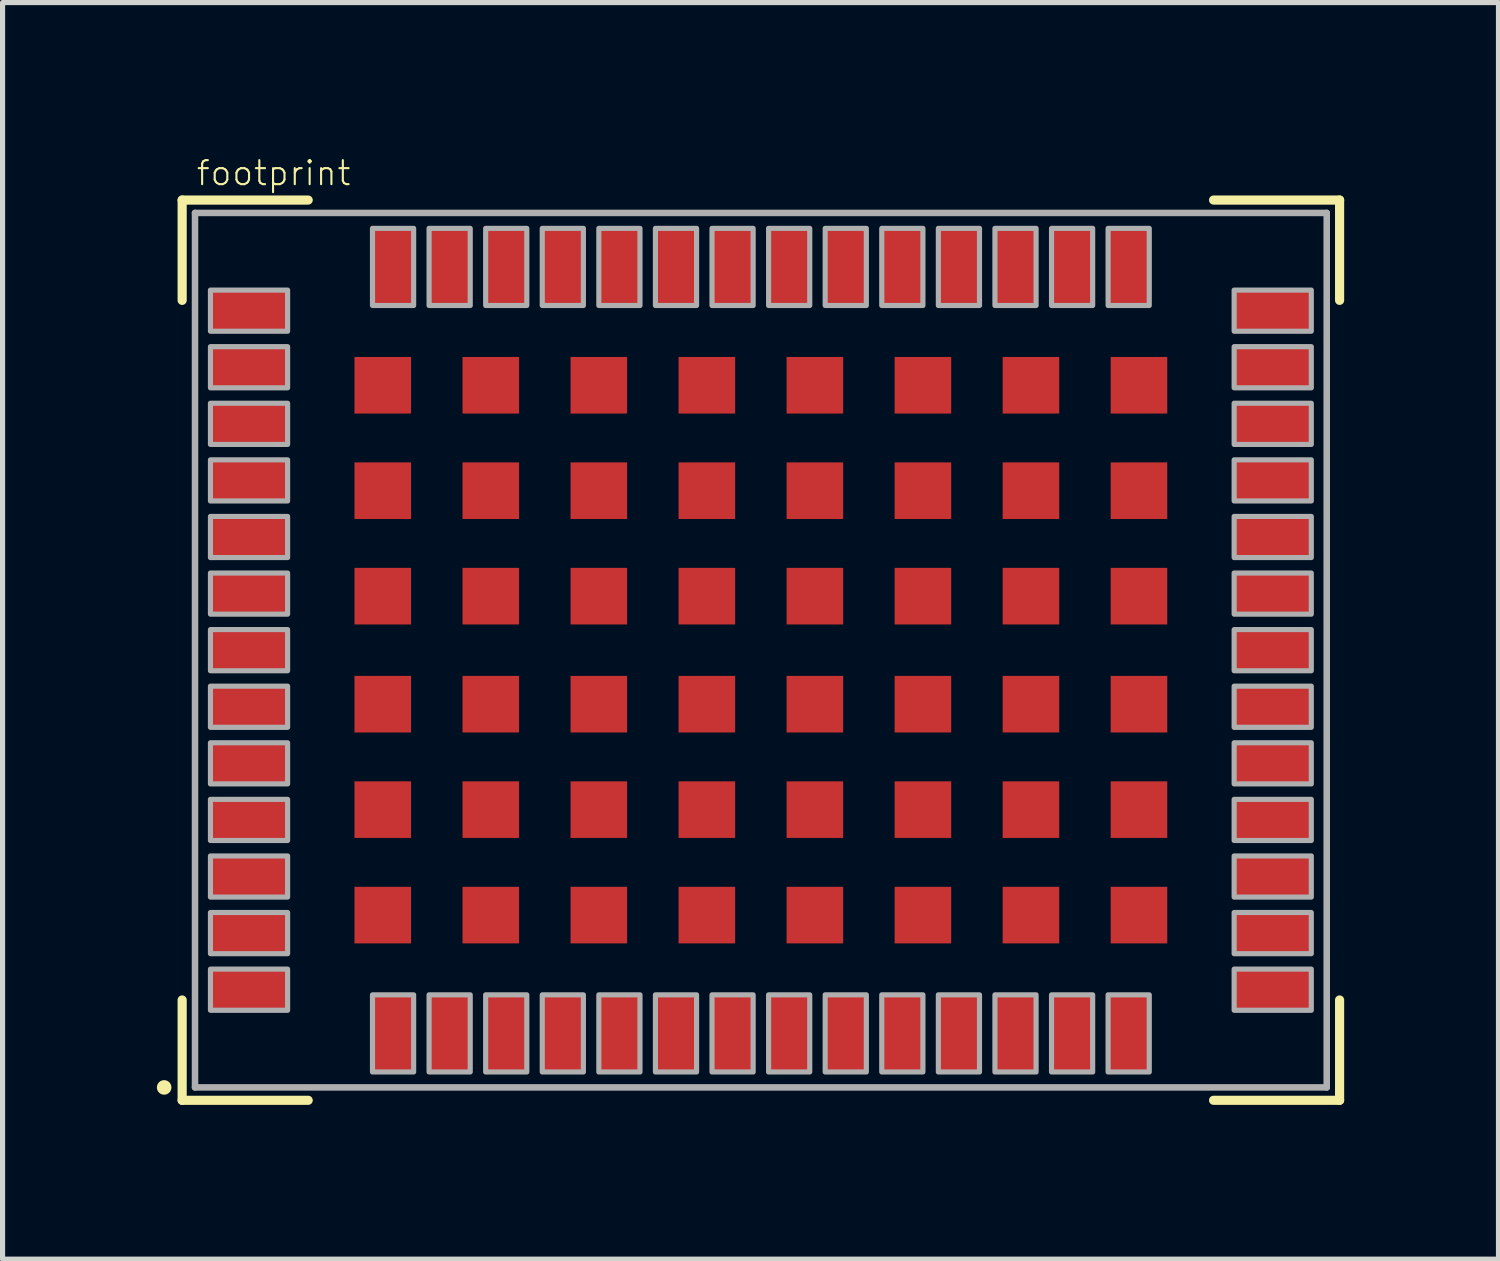
<source format=kicad_pcb>
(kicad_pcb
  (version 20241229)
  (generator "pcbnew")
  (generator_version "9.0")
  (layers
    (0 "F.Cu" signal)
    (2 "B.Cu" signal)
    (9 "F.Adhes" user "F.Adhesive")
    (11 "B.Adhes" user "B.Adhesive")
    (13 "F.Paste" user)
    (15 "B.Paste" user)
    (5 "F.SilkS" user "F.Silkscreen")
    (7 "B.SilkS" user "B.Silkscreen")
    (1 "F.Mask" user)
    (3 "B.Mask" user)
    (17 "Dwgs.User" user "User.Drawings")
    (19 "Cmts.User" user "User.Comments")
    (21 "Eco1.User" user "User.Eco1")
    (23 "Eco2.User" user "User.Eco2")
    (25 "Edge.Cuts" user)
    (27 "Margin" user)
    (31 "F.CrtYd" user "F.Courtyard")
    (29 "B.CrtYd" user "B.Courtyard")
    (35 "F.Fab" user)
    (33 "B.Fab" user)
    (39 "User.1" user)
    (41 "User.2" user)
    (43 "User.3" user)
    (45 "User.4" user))
  (footprint "footprint"
    (layer "F.Cu")
    (at 11.741 9.589)
    (property "Reference" "footprint" (at -11 -9 0) (layer "F.SilkS") (effects (font (size 0.467 0.467) (thickness 0.041)) (justify left bottom)))
    (fp_line (start -11.25 -8.75) (end -8.8 -8.75) (stroke (width 0.178) (type solid)) (layer "F.SilkS"))
    (fp_line (start -11.25 -6.8) (end -11.25 -8.75) (stroke (width 0.178) (type solid)) (layer "F.SilkS"))
    (fp_line (start -11.25 8.75) (end -11.25 6.8) (stroke (width 0.178) (type solid)) (layer "F.SilkS"))
    (fp_line (start -8.8 8.75) (end -11.25 8.75) (stroke (width 0.178) (type solid)) (layer "F.SilkS"))
    (fp_line (start 8.8 -8.75) (end 11.25 -8.75) (stroke (width 0.178) (type solid)) (layer "F.SilkS"))
    (fp_line (start 11.25 -8.75) (end 11.25 -6.8) (stroke (width 0.178) (type solid)) (layer "F.SilkS"))
    (fp_line (start 11.25 6.8) (end 11.25 8.75) (stroke (width 0.178) (type solid)) (layer "F.SilkS"))
    (fp_line (start 11.25 8.75) (end 8.8 8.75) (stroke (width 0.178) (type solid)) (layer "F.SilkS"))
    (fp_circle (center -11.6 8.5) (end -11.529 8.5) (stroke (width 0.141) (type solid)) (fill yes) (layer "F.SilkS"))
    (fp_poly (pts (xy -7.8 -4.7) (xy -6.9 -4.7) (xy -6.9 -5.6) (xy -7.8 -5.6)) (stroke (width 0) (type solid)) (fill yes) (layer "F.Paste"))
    (fp_poly (pts (xy -7.8 -2.65) (xy -6.9 -2.65) (xy -6.9 -3.55) (xy -7.8 -3.55)) (stroke (width 0) (type solid)) (fill yes) (layer "F.Paste"))
    (fp_poly (pts (xy -7.8 -0.6) (xy -6.9 -0.6) (xy -6.9 -1.5) (xy -7.8 -1.5)) (stroke (width 0) (type solid)) (fill yes) (layer "F.Paste"))
    (fp_poly (pts (xy -7.8 1.5) (xy -6.9 1.5) (xy -6.9 0.6) (xy -7.8 0.6)) (stroke (width 0) (type solid)) (fill yes) (layer "F.Paste"))
    (fp_poly (pts (xy -7.8 3.55) (xy -6.9 3.55) (xy -6.9 2.65) (xy -7.8 2.65)) (stroke (width 0) (type solid)) (fill yes) (layer "F.Paste"))
    (fp_poly (pts (xy -7.8 5.6) (xy -6.9 5.6) (xy -6.9 4.7) (xy -7.8 4.7)) (stroke (width 0) (type solid)) (fill yes) (layer "F.Paste"))
    (fp_poly (pts (xy -5.7 -4.7) (xy -4.8 -4.7) (xy -4.8 -5.6) (xy -5.7 -5.6)) (stroke (width 0) (type solid)) (fill yes) (layer "F.Paste"))
    (fp_poly (pts (xy -5.7 -2.65) (xy -4.8 -2.65) (xy -4.8 -3.55) (xy -5.7 -3.55)) (stroke (width 0) (type solid)) (fill yes) (layer "F.Paste"))
    (fp_poly (pts (xy -5.7 -0.6) (xy -4.8 -0.6) (xy -4.8 -1.5) (xy -5.7 -1.5)) (stroke (width 0) (type solid)) (fill yes) (layer "F.Paste"))
    (fp_poly (pts (xy -5.7 1.5) (xy -4.8 1.5) (xy -4.8 0.6) (xy -5.7 0.6)) (stroke (width 0) (type solid)) (fill yes) (layer "F.Paste"))
    (fp_poly (pts (xy -5.7 3.55) (xy -4.8 3.55) (xy -4.8 2.65) (xy -5.7 2.65)) (stroke (width 0) (type solid)) (fill yes) (layer "F.Paste"))
    (fp_poly (pts (xy -5.7 5.6) (xy -4.8 5.6) (xy -4.8 4.7) (xy -5.7 4.7)) (stroke (width 0) (type solid)) (fill yes) (layer "F.Paste"))
    (fp_poly (pts (xy -3.6 -4.7) (xy -2.7 -4.7) (xy -2.7 -5.6) (xy -3.6 -5.6)) (stroke (width 0) (type solid)) (fill yes) (layer "F.Paste"))
    (fp_poly (pts (xy -3.6 -2.65) (xy -2.7 -2.65) (xy -2.7 -3.55) (xy -3.6 -3.55)) (stroke (width 0) (type solid)) (fill yes) (layer "F.Paste"))
    (fp_poly (pts (xy -3.6 -0.6) (xy -2.7 -0.6) (xy -2.7 -1.5) (xy -3.6 -1.5)) (stroke (width 0) (type solid)) (fill yes) (layer "F.Paste"))
    (fp_poly (pts (xy -3.6 1.5) (xy -2.7 1.5) (xy -2.7 0.6) (xy -3.6 0.6)) (stroke (width 0) (type solid)) (fill yes) (layer "F.Paste"))
    (fp_poly (pts (xy -3.6 3.55) (xy -2.7 3.55) (xy -2.7 2.65) (xy -3.6 2.65)) (stroke (width 0) (type solid)) (fill yes) (layer "F.Paste"))
    (fp_poly (pts (xy -3.6 5.6) (xy -2.7 5.6) (xy -2.7 4.7) (xy -3.6 4.7)) (stroke (width 0) (type solid)) (fill yes) (layer "F.Paste"))
    (fp_poly (pts (xy -1.5 -4.7) (xy -0.6 -4.7) (xy -0.6 -5.6) (xy -1.5 -5.6)) (stroke (width 0) (type solid)) (fill yes) (layer "F.Paste"))
    (fp_poly (pts (xy -1.5 -2.65) (xy -0.6 -2.65) (xy -0.6 -3.55) (xy -1.5 -3.55)) (stroke (width 0) (type solid)) (fill yes) (layer "F.Paste"))
    (fp_poly (pts (xy -1.5 -0.6) (xy -0.6 -0.6) (xy -0.6 -1.5) (xy -1.5 -1.5)) (stroke (width 0) (type solid)) (fill yes) (layer "F.Paste"))
    (fp_poly (pts (xy -1.5 1.5) (xy -0.6 1.5) (xy -0.6 0.6) (xy -1.5 0.6)) (stroke (width 0) (type solid)) (fill yes) (layer "F.Paste"))
    (fp_poly (pts (xy -1.5 3.55) (xy -0.6 3.55) (xy -0.6 2.65) (xy -1.5 2.65)) (stroke (width 0) (type solid)) (fill yes) (layer "F.Paste"))
    (fp_poly (pts (xy -1.5 5.6) (xy -0.6 5.6) (xy -0.6 4.7) (xy -1.5 4.7)) (stroke (width 0) (type solid)) (fill yes) (layer "F.Paste"))
    (fp_poly (pts (xy 0.6 -4.7) (xy 1.5 -4.7) (xy 1.5 -5.6) (xy 0.6 -5.6)) (stroke (width 0) (type solid)) (fill yes) (layer "F.Paste"))
    (fp_poly (pts (xy 0.6 -2.65) (xy 1.5 -2.65) (xy 1.5 -3.55) (xy 0.6 -3.55)) (stroke (width 0) (type solid)) (fill yes) (layer "F.Paste"))
    (fp_poly (pts (xy 0.6 -0.6) (xy 1.5 -0.6) (xy 1.5 -1.5) (xy 0.6 -1.5)) (stroke (width 0) (type solid)) (fill yes) (layer "F.Paste"))
    (fp_poly (pts (xy 0.6 1.5) (xy 1.5 1.5) (xy 1.5 0.6) (xy 0.6 0.6)) (stroke (width 0) (type solid)) (fill yes) (layer "F.Paste"))
    (fp_poly (pts (xy 0.6 3.55) (xy 1.5 3.55) (xy 1.5 2.65) (xy 0.6 2.65)) (stroke (width 0) (type solid)) (fill yes) (layer "F.Paste"))
    (fp_poly (pts (xy 0.6 5.6) (xy 1.5 5.6) (xy 1.5 4.7) (xy 0.6 4.7)) (stroke (width 0) (type solid)) (fill yes) (layer "F.Paste"))
    (fp_poly (pts (xy 2.7 -4.7) (xy 3.6 -4.7) (xy 3.6 -5.6) (xy 2.7 -5.6)) (stroke (width 0) (type solid)) (fill yes) (layer "F.Paste"))
    (fp_poly (pts (xy 2.7 -2.65) (xy 3.6 -2.65) (xy 3.6 -3.55) (xy 2.7 -3.55)) (stroke (width 0) (type solid)) (fill yes) (layer "F.Paste"))
    (fp_poly (pts (xy 2.7 -0.6) (xy 3.6 -0.6) (xy 3.6 -1.5) (xy 2.7 -1.5)) (stroke (width 0) (type solid)) (fill yes) (layer "F.Paste"))
    (fp_poly (pts (xy 2.7 1.5) (xy 3.6 1.5) (xy 3.6 0.6) (xy 2.7 0.6)) (stroke (width 0) (type solid)) (fill yes) (layer "F.Paste"))
    (fp_poly (pts (xy 2.7 3.55) (xy 3.6 3.55) (xy 3.6 2.65) (xy 2.7 2.65)) (stroke (width 0) (type solid)) (fill yes) (layer "F.Paste"))
    (fp_poly (pts (xy 2.7 5.6) (xy 3.6 5.6) (xy 3.6 4.7) (xy 2.7 4.7)) (stroke (width 0) (type solid)) (fill yes) (layer "F.Paste"))
    (fp_poly (pts (xy 4.8 -4.7) (xy 5.7 -4.7) (xy 5.7 -5.6) (xy 4.8 -5.6)) (stroke (width 0) (type solid)) (fill yes) (layer "F.Paste"))
    (fp_poly (pts (xy 4.8 -2.65) (xy 5.7 -2.65) (xy 5.7 -3.55) (xy 4.8 -3.55)) (stroke (width 0) (type solid)) (fill yes) (layer "F.Paste"))
    (fp_poly (pts (xy 4.8 -0.6) (xy 5.7 -0.6) (xy 5.7 -1.5) (xy 4.8 -1.5)) (stroke (width 0) (type solid)) (fill yes) (layer "F.Paste"))
    (fp_poly (pts (xy 4.8 1.5) (xy 5.7 1.5) (xy 5.7 0.6) (xy 4.8 0.6)) (stroke (width 0) (type solid)) (fill yes) (layer "F.Paste"))
    (fp_poly (pts (xy 4.8 3.55) (xy 5.7 3.55) (xy 5.7 2.65) (xy 4.8 2.65)) (stroke (width 0) (type solid)) (fill yes) (layer "F.Paste"))
    (fp_poly (pts (xy 4.8 5.6) (xy 5.7 5.6) (xy 5.7 4.7) (xy 4.8 4.7)) (stroke (width 0) (type solid)) (fill yes) (layer "F.Paste"))
    (fp_poly (pts (xy 6.9 -4.7) (xy 7.8 -4.7) (xy 7.8 -5.6) (xy 6.9 -5.6)) (stroke (width 0) (type solid)) (fill yes) (layer "F.Paste"))
    (fp_poly (pts (xy 6.9 -2.65) (xy 7.8 -2.65) (xy 7.8 -3.55) (xy 6.9 -3.55)) (stroke (width 0) (type solid)) (fill yes) (layer "F.Paste"))
    (fp_poly (pts (xy 6.9 -0.6) (xy 7.8 -0.6) (xy 7.8 -1.5) (xy 6.9 -1.5)) (stroke (width 0) (type solid)) (fill yes) (layer "F.Paste"))
    (fp_poly (pts (xy 6.9 1.5) (xy 7.8 1.5) (xy 7.8 0.6) (xy 6.9 0.6)) (stroke (width 0) (type solid)) (fill yes) (layer "F.Paste"))
    (fp_poly (pts (xy 6.9 3.55) (xy 7.8 3.55) (xy 7.8 2.65) (xy 6.9 2.65)) (stroke (width 0) (type solid)) (fill yes) (layer "F.Paste"))
    (fp_poly (pts (xy 6.9 5.6) (xy 7.8 5.6) (xy 7.8 4.7) (xy 6.9 4.7)) (stroke (width 0) (type solid)) (fill yes) (layer "F.Paste"))
    (fp_line (start -11 -8.5) (end 11 -8.5) (stroke (width 0.127) (type solid)) (layer "F.Fab"))
    (fp_line (start -11 8.5) (end -11 -8.5) (stroke (width 0.127) (type solid)) (layer "F.Fab"))
    (fp_line (start 11 -8.5) (end 11 8.5) (stroke (width 0.127) (type solid)) (layer "F.Fab"))
    (fp_line (start 11 8.5) (end -11 8.5) (stroke (width 0.127) (type solid)) (layer "F.Fab"))
    (fp_poly (pts (xy -10.7 -6.2) (xy -9.2 -6.2) (xy -9.2 -7) (xy -10.7 -7)) (stroke (width 0.1) (type solid)) (fill no) (layer "F.Fab"))
    (fp_poly (pts (xy -10.7 -5.1) (xy -9.2 -5.1) (xy -9.2 -5.9) (xy -10.7 -5.9)) (stroke (width 0.1) (type solid)) (fill no) (layer "F.Fab"))
    (fp_poly (pts (xy -10.7 -4) (xy -9.2 -4) (xy -9.2 -4.8) (xy -10.7 -4.8)) (stroke (width 0.1) (type solid)) (fill no) (layer "F.Fab"))
    (fp_poly (pts (xy -10.7 -2.9) (xy -9.2 -2.9) (xy -9.2 -3.7) (xy -10.7 -3.7)) (stroke (width 0.1) (type solid)) (fill no) (layer "F.Fab"))
    (fp_poly (pts (xy -10.7 -1.8) (xy -9.2 -1.8) (xy -9.2 -2.6) (xy -10.7 -2.6)) (stroke (width 0.1) (type solid)) (fill no) (layer "F.Fab"))
    (fp_poly (pts (xy -10.7 -0.7) (xy -9.2 -0.7) (xy -9.2 -1.5) (xy -10.7 -1.5)) (stroke (width 0.1) (type solid)) (fill no) (layer "F.Fab"))
    (fp_poly (pts (xy -10.7 0.4) (xy -9.2 0.4) (xy -9.2 -0.4) (xy -10.7 -0.4)) (stroke (width 0.1) (type solid)) (fill no) (layer "F.Fab"))
    (fp_poly (pts (xy -10.7 1.5) (xy -9.2 1.5) (xy -9.2 0.7) (xy -10.7 0.7)) (stroke (width 0.1) (type solid)) (fill no) (layer "F.Fab"))
    (fp_poly (pts (xy -10.7 2.6) (xy -9.2 2.6) (xy -9.2 1.8) (xy -10.7 1.8)) (stroke (width 0.1) (type solid)) (fill no) (layer "F.Fab"))
    (fp_poly (pts (xy -10.7 3.7) (xy -9.2 3.7) (xy -9.2 2.9) (xy -10.7 2.9)) (stroke (width 0.1) (type solid)) (fill no) (layer "F.Fab"))
    (fp_poly (pts (xy -10.7 4.8) (xy -9.2 4.8) (xy -9.2 4) (xy -10.7 4)) (stroke (width 0.1) (type solid)) (fill no) (layer "F.Fab"))
    (fp_poly (pts (xy -10.7 5.9) (xy -9.2 5.9) (xy -9.2 5.1) (xy -10.7 5.1)) (stroke (width 0.1) (type solid)) (fill no) (layer "F.Fab"))
    (fp_poly (pts (xy -10.7 7) (xy -9.2 7) (xy -9.2 6.2) (xy -10.7 6.2)) (stroke (width 0.1) (type solid)) (fill no) (layer "F.Fab"))
    (fp_poly (pts (xy -7.55 -6.7) (xy -6.75 -6.7) (xy -6.75 -8.2) (xy -7.55 -8.2)) (stroke (width 0.1) (type solid)) (fill no) (layer "F.Fab"))
    (fp_poly (pts (xy -7.55 8.2) (xy -6.75 8.2) (xy -6.75 6.7) (xy -7.55 6.7)) (stroke (width 0.1) (type solid)) (fill no) (layer "F.Fab"))
    (fp_poly (pts (xy -6.45 -6.7) (xy -5.65 -6.7) (xy -5.65 -8.2) (xy -6.45 -8.2)) (stroke (width 0.1) (type solid)) (fill no) (layer "F.Fab"))
    (fp_poly (pts (xy -6.45 8.2) (xy -5.65 8.2) (xy -5.65 6.7) (xy -6.45 6.7)) (stroke (width 0.1) (type solid)) (fill no) (layer "F.Fab"))
    (fp_poly (pts (xy -5.35 -6.7) (xy -4.55 -6.7) (xy -4.55 -8.2) (xy -5.35 -8.2)) (stroke (width 0.1) (type solid)) (fill no) (layer "F.Fab"))
    (fp_poly (pts (xy -5.35 8.2) (xy -4.55 8.2) (xy -4.55 6.7) (xy -5.35 6.7)) (stroke (width 0.1) (type solid)) (fill no) (layer "F.Fab"))
    (fp_poly (pts (xy -4.25 -6.7) (xy -3.45 -6.7) (xy -3.45 -8.2) (xy -4.25 -8.2)) (stroke (width 0.1) (type solid)) (fill no) (layer "F.Fab"))
    (fp_poly (pts (xy -4.25 8.2) (xy -3.45 8.2) (xy -3.45 6.7) (xy -4.25 6.7)) (stroke (width 0.1) (type solid)) (fill no) (layer "F.Fab"))
    (fp_poly (pts (xy -3.15 -6.7) (xy -2.35 -6.7) (xy -2.35 -8.2) (xy -3.15 -8.2)) (stroke (width 0.1) (type solid)) (fill no) (layer "F.Fab"))
    (fp_poly (pts (xy -3.15 8.2) (xy -2.35 8.2) (xy -2.35 6.7) (xy -3.15 6.7)) (stroke (width 0.1) (type solid)) (fill no) (layer "F.Fab"))
    (fp_poly (pts (xy -2.05 -6.7) (xy -1.25 -6.7) (xy -1.25 -8.2) (xy -2.05 -8.2)) (stroke (width 0.1) (type solid)) (fill no) (layer "F.Fab"))
    (fp_poly (pts (xy -2.05 8.2) (xy -1.25 8.2) (xy -1.25 6.7) (xy -2.05 6.7)) (stroke (width 0.1) (type solid)) (fill no) (layer "F.Fab"))
    (fp_poly (pts (xy -0.95 -6.7) (xy -0.15 -6.7) (xy -0.15 -8.2) (xy -0.95 -8.2)) (stroke (width 0.1) (type solid)) (fill no) (layer "F.Fab"))
    (fp_poly (pts (xy -0.95 8.2) (xy -0.15 8.2) (xy -0.15 6.7) (xy -0.95 6.7)) (stroke (width 0.1) (type solid)) (fill no) (layer "F.Fab"))
    (fp_poly (pts (xy 0.15 -6.7) (xy 0.95 -6.7) (xy 0.95 -8.2) (xy 0.15 -8.2)) (stroke (width 0.1) (type solid)) (fill no) (layer "F.Fab"))
    (fp_poly (pts (xy 0.15 8.2) (xy 0.95 8.2) (xy 0.95 6.7) (xy 0.15 6.7)) (stroke (width 0.1) (type solid)) (fill no) (layer "F.Fab"))
    (fp_poly (pts (xy 1.25 -6.7) (xy 2.05 -6.7) (xy 2.05 -8.2) (xy 1.25 -8.2)) (stroke (width 0.1) (type solid)) (fill no) (layer "F.Fab"))
    (fp_poly (pts (xy 1.25 8.2) (xy 2.05 8.2) (xy 2.05 6.7) (xy 1.25 6.7)) (stroke (width 0.1) (type solid)) (fill no) (layer "F.Fab"))
    (fp_poly (pts (xy 2.35 -6.7) (xy 3.15 -6.7) (xy 3.15 -8.2) (xy 2.35 -8.2)) (stroke (width 0.1) (type solid)) (fill no) (layer "F.Fab"))
    (fp_poly (pts (xy 2.35 8.2) (xy 3.15 8.2) (xy 3.15 6.7) (xy 2.35 6.7)) (stroke (width 0.1) (type solid)) (fill no) (layer "F.Fab"))
    (fp_poly (pts (xy 3.45 -6.7) (xy 4.25 -6.7) (xy 4.25 -8.2) (xy 3.45 -8.2)) (stroke (width 0.1) (type solid)) (fill no) (layer "F.Fab"))
    (fp_poly (pts (xy 3.45 8.2) (xy 4.25 8.2) (xy 4.25 6.7) (xy 3.45 6.7)) (stroke (width 0.1) (type solid)) (fill no) (layer "F.Fab"))
    (fp_poly (pts (xy 4.55 -6.7) (xy 5.35 -6.7) (xy 5.35 -8.2) (xy 4.55 -8.2)) (stroke (width 0.1) (type solid)) (fill no) (layer "F.Fab"))
    (fp_poly (pts (xy 4.55 8.2) (xy 5.35 8.2) (xy 5.35 6.7) (xy 4.55 6.7)) (stroke (width 0.1) (type solid)) (fill no) (layer "F.Fab"))
    (fp_poly (pts (xy 5.65 -6.7) (xy 6.45 -6.7) (xy 6.45 -8.2) (xy 5.65 -8.2)) (stroke (width 0.1) (type solid)) (fill no) (layer "F.Fab"))
    (fp_poly (pts (xy 5.65 8.2) (xy 6.45 8.2) (xy 6.45 6.7) (xy 5.65 6.7)) (stroke (width 0.1) (type solid)) (fill no) (layer "F.Fab"))
    (fp_poly (pts (xy 6.75 -6.7) (xy 7.55 -6.7) (xy 7.55 -8.2) (xy 6.75 -8.2)) (stroke (width 0.1) (type solid)) (fill no) (layer "F.Fab"))
    (fp_poly (pts (xy 6.75 8.2) (xy 7.55 8.2) (xy 7.55 6.7) (xy 6.75 6.7)) (stroke (width 0.1) (type solid)) (fill no) (layer "F.Fab"))
    (fp_poly (pts (xy 9.2 -6.2) (xy 10.7 -6.2) (xy 10.7 -7) (xy 9.2 -7)) (stroke (width 0.1) (type solid)) (fill no) (layer "F.Fab"))
    (fp_poly (pts (xy 9.2 -5.1) (xy 10.7 -5.1) (xy 10.7 -5.9) (xy 9.2 -5.9)) (stroke (width 0.1) (type solid)) (fill no) (layer "F.Fab"))
    (fp_poly (pts (xy 9.2 -4) (xy 10.7 -4) (xy 10.7 -4.8) (xy 9.2 -4.8)) (stroke (width 0.1) (type solid)) (fill no) (layer "F.Fab"))
    (fp_poly (pts (xy 9.2 -2.9) (xy 10.7 -2.9) (xy 10.7 -3.7) (xy 9.2 -3.7)) (stroke (width 0.1) (type solid)) (fill no) (layer "F.Fab"))
    (fp_poly (pts (xy 9.2 -1.8) (xy 10.7 -1.8) (xy 10.7 -2.6) (xy 9.2 -2.6)) (stroke (width 0.1) (type solid)) (fill no) (layer "F.Fab"))
    (fp_poly (pts (xy 9.2 -0.7) (xy 10.7 -0.7) (xy 10.7 -1.5) (xy 9.2 -1.5)) (stroke (width 0.1) (type solid)) (fill no) (layer "F.Fab"))
    (fp_poly (pts (xy 9.2 0.4) (xy 10.7 0.4) (xy 10.7 -0.4) (xy 9.2 -0.4)) (stroke (width 0.1) (type solid)) (fill no) (layer "F.Fab"))
    (fp_poly (pts (xy 9.2 1.5) (xy 10.7 1.5) (xy 10.7 0.7) (xy 9.2 0.7)) (stroke (width 0.1) (type solid)) (fill no) (layer "F.Fab"))
    (fp_poly (pts (xy 9.2 2.6) (xy 10.7 2.6) (xy 10.7 1.8) (xy 9.2 1.8)) (stroke (width 0.1) (type solid)) (fill no) (layer "F.Fab"))
    (fp_poly (pts (xy 9.2 3.7) (xy 10.7 3.7) (xy 10.7 2.9) (xy 9.2 2.9)) (stroke (width 0.1) (type solid)) (fill no) (layer "F.Fab"))
    (fp_poly (pts (xy 9.2 4.8) (xy 10.7 4.8) (xy 10.7 4) (xy 9.2 4)) (stroke (width 0.1) (type solid)) (fill no) (layer "F.Fab"))
    (fp_poly (pts (xy 9.2 5.9) (xy 10.7 5.9) (xy 10.7 5.1) (xy 9.2 5.1)) (stroke (width 0.1) (type solid)) (fill no) (layer "F.Fab"))
    (fp_poly (pts (xy 9.2 7) (xy 10.7 7) (xy 10.7 6.2) (xy 9.2 6.2)) (stroke (width 0.1) (type solid)) (fill no) (layer "F.Fab"))
    (pad "1" smd rect (at -7.15 7.45 90) (size 1.52 0.85) (layers "F.Cu" "F.Mask" "F.Paste"))
    (pad "2" smd rect (at -6.05 7.45 90) (size 1.52 0.85) (layers "F.Cu" "F.Mask" "F.Paste"))
    (pad "3" smd rect (at -4.95 7.45 90) (size 1.52 0.85) (layers "F.Cu" "F.Mask" "F.Paste"))
    (pad "4" smd rect (at -3.85 7.45 90) (size 1.52 0.85) (layers "F.Cu" "F.Mask" "F.Paste"))
    (pad "5" smd rect (at -2.75 7.45 90) (size 1.52 0.85) (layers "F.Cu" "F.Mask" "F.Paste"))
    (pad "6" smd rect (at -1.65 7.45 90) (size 1.52 0.85) (layers "F.Cu" "F.Mask" "F.Paste"))
    (pad "7" smd rect (at -0.55 7.45 90) (size 1.52 0.85) (layers "F.Cu" "F.Mask" "F.Paste"))
    (pad "8" smd rect (at 0.55 7.45 90) (size 1.52 0.85) (layers "F.Cu" "F.Mask" "F.Paste"))
    (pad "9" smd rect (at 1.65 7.45 90) (size 1.52 0.85) (layers "F.Cu" "F.Mask" "F.Paste"))
    (pad "10" smd rect (at 2.75 7.45 90) (size 1.52 0.85) (layers "F.Cu" "F.Mask" "F.Paste"))
    (pad "11" smd rect (at 3.85 7.45 90) (size 1.52 0.85) (layers "F.Cu" "F.Mask" "F.Paste"))
    (pad "12" smd rect (at 4.95 7.45 90) (size 1.52 0.85) (layers "F.Cu" "F.Mask" "F.Paste"))
    (pad "13" smd rect (at 6.05 7.45 90) (size 1.52 0.85) (layers "F.Cu" "F.Mask" "F.Paste"))
    (pad "14" smd rect (at 7.15 7.45 90) (size 1.52 0.85) (layers "F.Cu" "F.Mask" "F.Paste"))
    (pad "15" smd rect (at 9.95 6.6) (size 1.52 0.85) (layers "F.Cu" "F.Mask" "F.Paste"))
    (pad "16" smd rect (at 9.95 5.5) (size 1.52 0.85) (layers "F.Cu" "F.Mask" "F.Paste"))
    (pad "17" smd rect (at 9.95 4.4) (size 1.52 0.85) (layers "F.Cu" "F.Mask" "F.Paste"))
    (pad "18" smd rect (at 9.95 3.3) (size 1.52 0.85) (layers "F.Cu" "F.Mask" "F.Paste"))
    (pad "19" smd rect (at 9.95 2.2) (size 1.52 0.85) (layers "F.Cu" "F.Mask" "F.Paste"))
    (pad "20" smd rect (at 9.95 1.1) (size 1.52 0.85) (layers "F.Cu" "F.Mask" "F.Paste"))
    (pad "21" smd rect (at 9.95 0) (size 1.52 0.85) (layers "F.Cu" "F.Mask" "F.Paste"))
    (pad "22" smd rect (at 9.95 -1.1) (size 1.52 0.85) (layers "F.Cu" "F.Mask" "F.Paste"))
    (pad "23" smd rect (at 9.95 -2.2) (size 1.52 0.85) (layers "F.Cu" "F.Mask" "F.Paste"))
    (pad "24" smd rect (at 9.95 -3.3) (size 1.52 0.85) (layers "F.Cu" "F.Mask" "F.Paste"))
    (pad "25" smd rect (at 9.95 -4.4) (size 1.52 0.85) (layers "F.Cu" "F.Mask" "F.Paste"))
    (pad "26" smd rect (at 9.95 -5.5) (size 1.52 0.85) (layers "F.Cu" "F.Mask" "F.Paste"))
    (pad "27" smd rect (at 9.95 -6.6) (size 1.52 0.85) (layers "F.Cu" "F.Mask" "F.Paste"))
    (pad "28" smd rect (at 7.15 -7.45 270) (size 1.52 0.85) (layers "F.Cu" "F.Mask" "F.Paste"))
    (pad "29" smd rect (at 6.05 -7.45 270) (size 1.52 0.85) (layers "F.Cu" "F.Mask" "F.Paste"))
    (pad "30" smd rect (at 4.95 -7.45 270) (size 1.52 0.85) (layers "F.Cu" "F.Mask" "F.Paste"))
    (pad "31" smd rect (at 3.85 -7.45 270) (size 1.52 0.85) (layers "F.Cu" "F.Mask" "F.Paste"))
    (pad "32" smd rect (at 2.75 -7.45 270) (size 1.52 0.85) (layers "F.Cu" "F.Mask" "F.Paste"))
    (pad "33" smd rect (at 1.65 -7.45 270) (size 1.52 0.85) (layers "F.Cu" "F.Mask" "F.Paste"))
    (pad "34" smd rect (at 0.55 -7.45 270) (size 1.52 0.85) (layers "F.Cu" "F.Mask" "F.Paste"))
    (pad "35" smd rect (at -0.55 -7.45 270) (size 1.52 0.85) (layers "F.Cu" "F.Mask" "F.Paste"))
    (pad "36" smd rect (at -1.65 -7.45 270) (size 1.52 0.85) (layers "F.Cu" "F.Mask" "F.Paste"))
    (pad "37" smd rect (at -2.75 -7.45 270) (size 1.52 0.85) (layers "F.Cu" "F.Mask" "F.Paste"))
    (pad "38" smd rect (at -3.85 -7.45 270) (size 1.52 0.85) (layers "F.Cu" "F.Mask" "F.Paste"))
    (pad "39" smd rect (at -4.95 -7.45 270) (size 1.52 0.85) (layers "F.Cu" "F.Mask" "F.Paste"))
    (pad "40" smd rect (at -6.05 -7.45 270) (size 1.52 0.85) (layers "F.Cu" "F.Mask" "F.Paste"))
    (pad "41" smd rect (at -7.15 -7.45 270) (size 1.52 0.85) (layers "F.Cu" "F.Mask" "F.Paste"))
    (pad "42" smd rect (at -9.95 -6.6 180) (size 1.52 0.85) (layers "F.Cu" "F.Mask" "F.Paste"))
    (pad "43" smd rect (at -9.95 -5.5 180) (size 1.52 0.85) (layers "F.Cu" "F.Mask" "F.Paste"))
    (pad "44" smd rect (at -9.95 -4.4 180) (size 1.52 0.85) (layers "F.Cu" "F.Mask" "F.Paste"))
    (pad "45" smd rect (at -9.95 -3.3 180) (size 1.52 0.85) (layers "F.Cu" "F.Mask" "F.Paste"))
    (pad "46" smd rect (at -9.95 -2.2 180) (size 1.52 0.85) (layers "F.Cu" "F.Mask" "F.Paste"))
    (pad "47" smd rect (at -9.95 -1.1 180) (size 1.52 0.85) (layers "F.Cu" "F.Mask" "F.Paste"))
    (pad "48" smd rect (at -9.95 0 180) (size 1.52 0.85) (layers "F.Cu" "F.Mask" "F.Paste"))
    (pad "49" smd rect (at -9.95 1.1 180) (size 1.52 0.85) (layers "F.Cu" "F.Mask" "F.Paste"))
    (pad "50" smd rect (at -9.95 2.2 180) (size 1.52 0.85) (layers "F.Cu" "F.Mask" "F.Paste"))
    (pad "51" smd rect (at -9.95 3.3 180) (size 1.52 0.85) (layers "F.Cu" "F.Mask" "F.Paste"))
    (pad "52" smd rect (at -9.95 4.4 180) (size 1.52 0.85) (layers "F.Cu" "F.Mask" "F.Paste"))
    (pad "53" smd rect (at -9.95 5.5 180) (size 1.52 0.85) (layers "F.Cu" "F.Mask" "F.Paste"))
    (pad "54" smd rect (at -9.95 6.6 180) (size 1.52 0.85) (layers "F.Cu" "F.Mask" "F.Paste"))
    (pad "55" smd rect (at -1.05 1.05) (size 1.1 1.1) (layers "F.Cu" "F.Mask"))
    (pad "56" smd rect (at -3.15 1.05) (size 1.1 1.1) (layers "F.Cu" "F.Mask"))
    (pad "57" smd rect (at -5.25 1.05) (size 1.1 1.1) (layers "F.Cu" "F.Mask"))
    (pad "58" smd rect (at -7.35 1.05) (size 1.1 1.1) (layers "F.Cu" "F.Mask"))
    (pad "59" smd rect (at -1.05 3.1) (size 1.1 1.1) (layers "F.Cu" "F.Mask"))
    (pad "60" smd rect (at -3.15 3.1) (size 1.1 1.1) (layers "F.Cu" "F.Mask"))
    (pad "61" smd rect (at -5.25 3.1) (size 1.1 1.1) (layers "F.Cu" "F.Mask"))
    (pad "62" smd rect (at -7.35 3.1) (size 1.1 1.1) (layers "F.Cu" "F.Mask"))
    (pad "63" smd rect (at -1.05 5.15) (size 1.1 1.1) (layers "F.Cu" "F.Mask"))
    (pad "64" smd rect (at -3.15 5.15) (size 1.1 1.1) (layers "F.Cu" "F.Mask"))
    (pad "65" smd rect (at -5.25 5.15) (size 1.1 1.1) (layers "F.Cu" "F.Mask"))
    (pad "66" smd rect (at -7.35 5.15) (size 1.1 1.1) (layers "F.Cu" "F.Mask"))
    (pad "67" smd rect (at -1.05 -5.15) (size 1.1 1.1) (layers "F.Cu" "F.Mask"))
    (pad "68" smd rect (at -3.15 -5.15) (size 1.1 1.1) (layers "F.Cu" "F.Mask"))
    (pad "69" smd rect (at -5.25 -5.15) (size 1.1 1.1) (layers "F.Cu" "F.Mask"))
    (pad "70" smd rect (at -7.35 -5.15) (size 1.1 1.1) (layers "F.Cu" "F.Mask"))
    (pad "71" smd rect (at -1.05 -3.1) (size 1.1 1.1) (layers "F.Cu" "F.Mask"))
    (pad "72" smd rect (at -3.15 -3.1) (size 1.1 1.1) (layers "F.Cu" "F.Mask"))
    (pad "73" smd rect (at -5.25 -3.1) (size 1.1 1.1) (layers "F.Cu" "F.Mask"))
    (pad "74" smd rect (at -7.35 -3.1) (size 1.1 1.1) (layers "F.Cu" "F.Mask"))
    (pad "75" smd rect (at -1.05 -1.05) (size 1.1 1.1) (layers "F.Cu" "F.Mask"))
    (pad "76" smd rect (at -3.15 -1.05) (size 1.1 1.1) (layers "F.Cu" "F.Mask"))
    (pad "77" smd rect (at -5.25 -1.05) (size 1.1 1.1) (layers "F.Cu" "F.Mask"))
    (pad "78" smd rect (at -7.35 -1.05) (size 1.1 1.1) (layers "F.Cu" "F.Mask"))
    (pad "79" smd rect (at 1.05 -1.05 180) (size 1.1 1.1) (layers "F.Cu" "F.Mask"))
    (pad "80" smd rect (at 3.15 -1.05 180) (size 1.1 1.1) (layers "F.Cu" "F.Mask"))
    (pad "81" smd rect (at 5.25 -1.05 180) (size 1.1 1.1) (layers "F.Cu" "F.Mask"))
    (pad "82" smd rect (at 7.35 -1.05 180) (size 1.1 1.1) (layers "F.Cu" "F.Mask"))
    (pad "83" smd rect (at 1.05 -3.1 180) (size 1.1 1.1) (layers "F.Cu" "F.Mask"))
    (pad "84" smd rect (at 3.15 -3.1 180) (size 1.1 1.1) (layers "F.Cu" "F.Mask"))
    (pad "85" smd rect (at 5.25 -3.1 180) (size 1.1 1.1) (layers "F.Cu" "F.Mask"))
    (pad "86" smd rect (at 7.35 -3.1 180) (size 1.1 1.1) (layers "F.Cu" "F.Mask"))
    (pad "87" smd rect (at 1.05 -5.15 180) (size 1.1 1.1) (layers "F.Cu" "F.Mask"))
    (pad "88" smd rect (at 3.15 -5.15 180) (size 1.1 1.1) (layers "F.Cu" "F.Mask"))
    (pad "89" smd rect (at 5.25 -5.15 180) (size 1.1 1.1) (layers "F.Cu" "F.Mask"))
    (pad "90" smd rect (at 7.35 -5.15 180) (size 1.1 1.1) (layers "F.Cu" "F.Mask"))
    (pad "91" smd rect (at 1.05 5.15 180) (size 1.1 1.1) (layers "F.Cu" "F.Mask"))
    (pad "92" smd rect (at 3.15 5.15 180) (size 1.1 1.1) (layers "F.Cu" "F.Mask"))
    (pad "93" smd rect (at 5.25 5.15 180) (size 1.1 1.1) (layers "F.Cu" "F.Mask"))
    (pad "94" smd rect (at 7.35 5.15 180) (size 1.1 1.1) (layers "F.Cu" "F.Mask"))
    (pad "95" smd rect (at 1.05 3.1 180) (size 1.1 1.1) (layers "F.Cu" "F.Mask"))
    (pad "96" smd rect (at 3.15 3.1 180) (size 1.1 1.1) (layers "F.Cu" "F.Mask"))
    (pad "97" smd rect (at 5.25 3.1 180) (size 1.1 1.1) (layers "F.Cu" "F.Mask"))
    (pad "98" smd rect (at 7.35 3.1 180) (size 1.1 1.1) (layers "F.Cu" "F.Mask"))
    (pad "99" smd rect (at 1.05 1.05 180) (size 1.1 1.1) (layers "F.Cu" "F.Mask"))
    (pad "100" smd rect (at 3.15 1.05 180) (size 1.1 1.1) (layers "F.Cu" "F.Mask"))
    (pad "101" smd rect (at 5.25 1.05 180) (size 1.1 1.1) (layers "F.Cu" "F.Mask"))
    (pad "102" smd rect (at 7.35 1.05 180) (size 1.1 1.1) (layers "F.Cu" "F.Mask")))
  (gr_rect
    (start -3 -3)
    (end 26.08 21.428)
    (stroke (width 0.1) (type default))
    (fill no)
    (layer "Edge.Cuts")))
</source>
